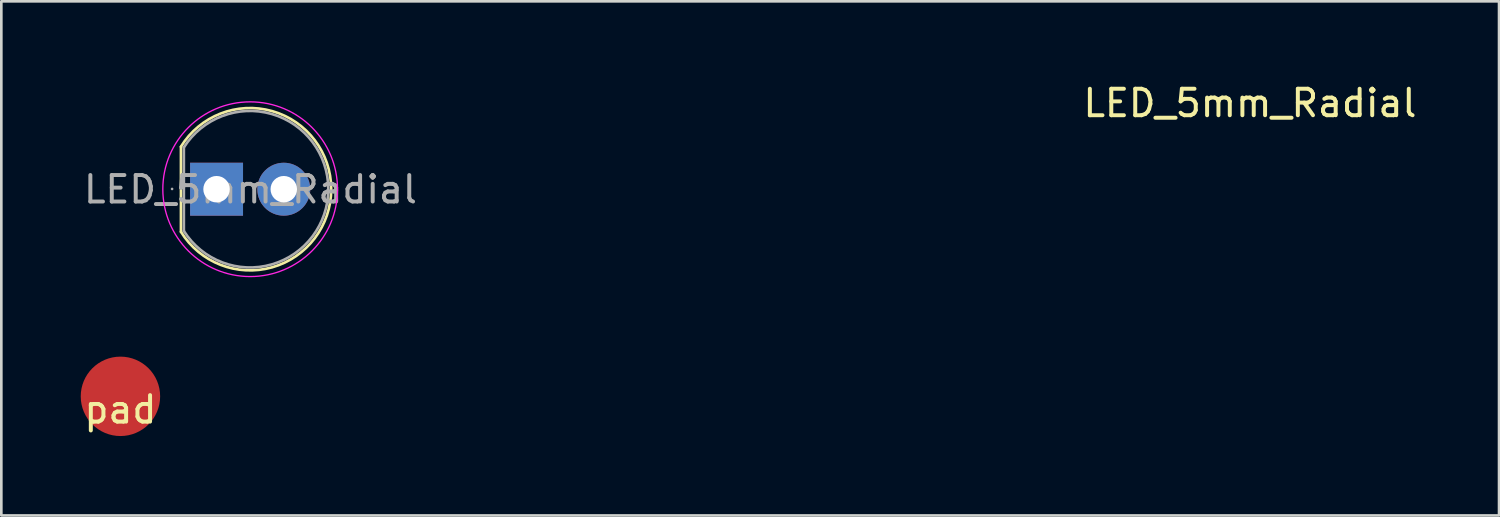
<source format=kicad_pcb>
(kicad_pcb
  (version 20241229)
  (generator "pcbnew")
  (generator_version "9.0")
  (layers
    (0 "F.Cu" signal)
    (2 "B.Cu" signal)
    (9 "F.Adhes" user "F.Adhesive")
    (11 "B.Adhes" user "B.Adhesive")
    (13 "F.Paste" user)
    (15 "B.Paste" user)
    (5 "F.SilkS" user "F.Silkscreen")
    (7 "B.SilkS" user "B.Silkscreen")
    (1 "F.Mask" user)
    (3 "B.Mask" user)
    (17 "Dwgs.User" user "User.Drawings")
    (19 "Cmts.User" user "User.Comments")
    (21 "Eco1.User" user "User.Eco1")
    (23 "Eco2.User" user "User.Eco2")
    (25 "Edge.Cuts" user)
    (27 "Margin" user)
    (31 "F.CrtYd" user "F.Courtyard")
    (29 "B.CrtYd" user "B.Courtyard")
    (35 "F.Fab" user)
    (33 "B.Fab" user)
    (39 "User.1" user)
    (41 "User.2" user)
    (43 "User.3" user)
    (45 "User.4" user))
  (footprint "LED_5mm_Radial"
    (layer "F.Cu")
    (at 7.671 4.098)
    (property "Reference" "LED_5mm_Radial" (at 36.5 -3.25 0) (layer "F.SilkS") (effects (font (size 1 1) (thickness 0.15))))
    (attr through_hole)
    (fp_line (start -3.885 -1.6) (end -3.885 1.61) (stroke (width 0.1) (type solid)) (layer "F.SilkS"))
    (fp_arc (start -3.886628 -1.607211) (mid 1.791716 -0.001638) (end -3.88491 1.61) (stroke (width 0.1) (type solid)) (layer "F.SilkS"))
    (fp_circle (center -1.27 0) (end -4.57 0) (stroke (width 0.05) (type solid)) (fill no) (layer "F.CrtYd"))
    (fp_line (start -4.22 -0.01) (end -4.22 -0.01) (stroke (width 0.1) (type solid)) (layer "F.Fab"))
    (fp_line (start -3.775 1.58) (end -3.775 -1.58) (stroke (width 0.1) (type solid)) (layer "F.Fab"))
    (fp_arc (start -3.77491 -1.58) (mid 1.682521 0) (end -3.77491 1.58) (stroke (width 0.1) (type solid)) (layer "F.Fab"))
    (fp_text user "${REFERENCE}" (at -1.26 0.01 0) (layer "F.Fab") (effects (font (size 1 1) (thickness 0.15))))
    (pad "1" thru_hole rect (at -2.54 0) (size 2 2) (drill 1) (layers "*.Cu" "*.Mask"))
    (pad "2" thru_hole circle (at 0 0) (size 2 2) (drill 1) (layers "*.Cu" "*.Mask")))
  (footprint "pad"
    (layer "F.Cu")
    (at 1.5 11.923)
    (property "Reference" "pad" (at 0 0.5 0) (layer "F.SilkS") (effects (font (size 1 1) (thickness 0.15))))
    (attr through_hole)
    (pad "1" smd circle (at 0 0) (size 3 3) (layers "F.Cu" "F.Mask" "F.Paste")))
  (gr_rect
    (start -3 -3)
    (end 53.581 16.423)
    (stroke (width 0.1) (type default))
    (fill no)
    (layer "Edge.Cuts")))
</source>
